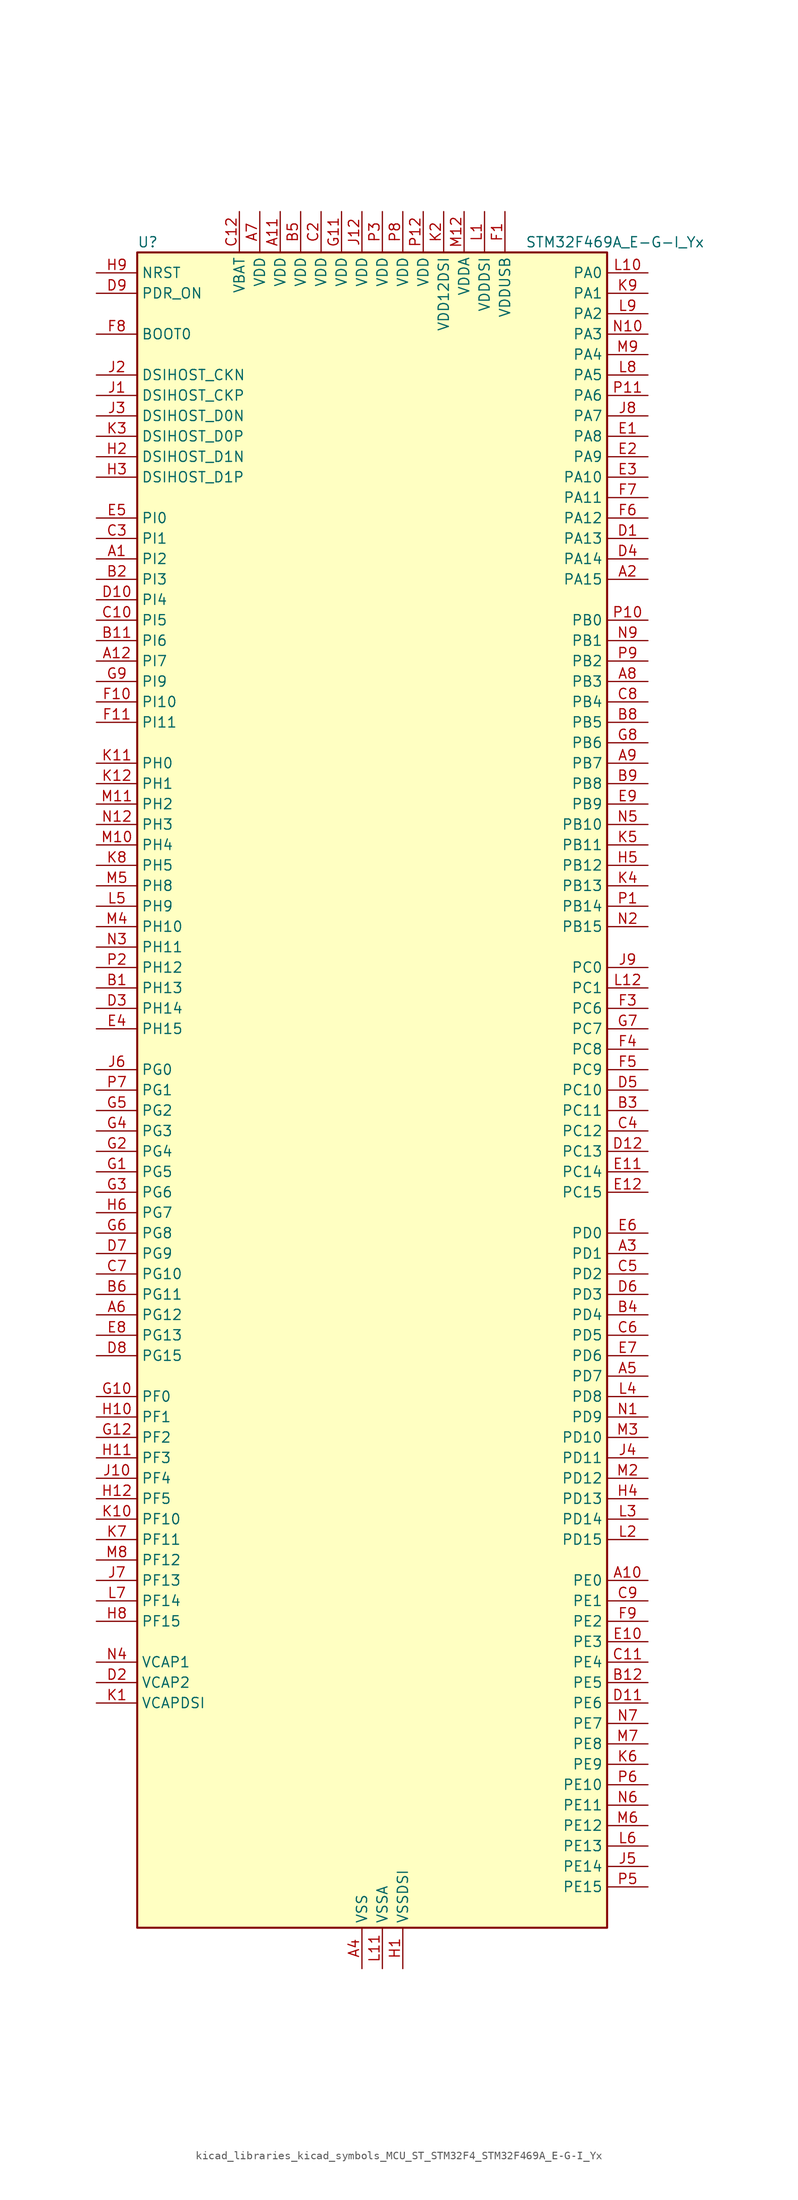
<source format=kicad_sym>
(kicad_symbol_lib
  (version 20220914)
  (generator kicad_symbol_editor)
  (symbol "kicad_libraries_kicad_symbols_MCU_ST_STM32F4_STM32F469A_E-G-I_Yx"
    (property "Reference" "U"
      (at -27.94 105.41 0)
      (effects (font (size 1.27 1.27)) (justify left)))
    (property "Value" "STM32F469A_E-G-I_Yx"
      (at 20.32 105.41 0)
      (effects (font (size 1.27 1.27)) (justify left)))
    (property "ki_locked" ""
      (at 0 0 0)
      (effects (font (size 1.27 1.27))))
    (symbol "kicad_libraries_kicad_symbols_MCU_ST_STM32F4_STM32F469A_E-G-I_Yx_0_1"
      (rectangle (start -27.94 -104.14) (end 30.48 104.14) (stroke (width 0.254) (type default)) (fill (type background))))
    (symbol "kicad_libraries_kicad_symbols_MCU_ST_STM32F4_STM32F469A_E-G-I_Yx_1_1"
      (pin bidirectional line (at -33.02 66.04 0) (length 5.08) (name "PI2" (effects (font (size 1.27 1.27)))) (number "A1" (effects (font (size 1.27 1.27)))) (alternate "DCMI_D9" bidirectional line) (alternate "FMC_D26" bidirectional line) (alternate "I2S2_ext_SD" bidirectional line) (alternate "LTDC_G7" bidirectional line) (alternate "SPI2_MISO" bidirectional line) (alternate "TIM8_CH4" bidirectional line))
      (pin bidirectional line (at 35.56 -60.96 180) (length 5.08) (name "PE0" (effects (font (size 1.27 1.27)))) (number "A10" (effects (font (size 1.27 1.27)))) (alternate "DCMI_D2" bidirectional line) (alternate "FMC_NBL0" bidirectional line) (alternate "TIM4_ETR" bidirectional line) (alternate "UART8_RX" bidirectional line))
      (pin power_in line (at -10.16 109.22 270) (length 5.08) (name "VDD" (effects (font (size 1.27 1.27)))) (number "A11" (effects (font (size 1.27 1.27)))))
      (pin bidirectional line (at -33.02 53.34 0) (length 5.08) (name "PI7" (effects (font (size 1.27 1.27)))) (number "A12" (effects (font (size 1.27 1.27)))) (alternate "DCMI_D7" bidirectional line) (alternate "FMC_D29" bidirectional line) (alternate "LTDC_B7" bidirectional line) (alternate "TIM8_CH3" bidirectional line))
      (pin bidirectional line (at 35.56 63.5 180) (length 5.08) (name "PA15" (effects (font (size 1.27 1.27)))) (number "A2" (effects (font (size 1.27 1.27)))) (alternate "ADC1_EXTI15" bidirectional line) (alternate "ADC2_EXTI15" bidirectional line) (alternate "ADC3_EXTI15" bidirectional line) (alternate "I2S3_WS" bidirectional line) (alternate "SPI1_NSS" bidirectional line) (alternate "SPI3_NSS" bidirectional line) (alternate "SYS_JTDI" bidirectional line) (alternate "TIM2_CH1" bidirectional line) (alternate "TIM2_ETR" bidirectional line))
      (pin bidirectional line (at 35.56 -20.32 180) (length 5.08) (name "PD1" (effects (font (size 1.27 1.27)))) (number "A3" (effects (font (size 1.27 1.27)))) (alternate "CAN1_TX" bidirectional line) (alternate "FMC_D3" bidirectional line) (alternate "FMC_DA3" bidirectional line))
      (pin power_in line (at 0 -109.22 90) (length 5.08) (name "VSS" (effects (font (size 1.27 1.27)))) (number "A4" (effects (font (size 1.27 1.27)))))
      (pin bidirectional line (at 35.56 -35.56 180) (length 5.08) (name "PD7" (effects (font (size 1.27 1.27)))) (number "A5" (effects (font (size 1.27 1.27)))) (alternate "FMC_NE1" bidirectional line) (alternate "USART2_CK" bidirectional line))
      (pin bidirectional line (at -33.02 -27.94 0) (length 5.08) (name "PG12" (effects (font (size 1.27 1.27)))) (number "A6" (effects (font (size 1.27 1.27)))) (alternate "FMC_NE4" bidirectional line) (alternate "LTDC_B1" bidirectional line) (alternate "LTDC_B4" bidirectional line) (alternate "SPI6_MISO" bidirectional line) (alternate "USART6_RTS" bidirectional line))
      (pin power_in line (at -12.7 109.22 270) (length 5.08) (name "VDD" (effects (font (size 1.27 1.27)))) (number "A7" (effects (font (size 1.27 1.27)))))
      (pin bidirectional line (at 35.56 50.8 180) (length 5.08) (name "PB3" (effects (font (size 1.27 1.27)))) (number "A8" (effects (font (size 1.27 1.27)))) (alternate "I2S3_CK" bidirectional line) (alternate "SPI1_SCK" bidirectional line) (alternate "SPI3_SCK" bidirectional line) (alternate "SYS_JTDO-SWO" bidirectional line) (alternate "TIM2_CH2" bidirectional line))
      (pin bidirectional line (at 35.56 40.64 180) (length 5.08) (name "PB7" (effects (font (size 1.27 1.27)))) (number "A9" (effects (font (size 1.27 1.27)))) (alternate "DCMI_VSYNC" bidirectional line) (alternate "FMC_NL" bidirectional line) (alternate "I2C1_SDA" bidirectional line) (alternate "TIM4_CH2" bidirectional line) (alternate "USART1_RX" bidirectional line))
      (pin bidirectional line (at -33.02 12.7 0) (length 5.08) (name "PH13" (effects (font (size 1.27 1.27)))) (number "B1" (effects (font (size 1.27 1.27)))) (alternate "CAN1_TX" bidirectional line) (alternate "FMC_D21" bidirectional line) (alternate "LTDC_G2" bidirectional line) (alternate "TIM8_CH1N" bidirectional line))
      (pin passive line (at 0 -109.22 90) (length 5.08) hide (name "VSS" (effects (font (size 1.27 1.27)))) (number "B10" (effects (font (size 1.27 1.27)))))
      (pin bidirectional line (at -33.02 55.88 0) (length 5.08) (name "PI6" (effects (font (size 1.27 1.27)))) (number "B11" (effects (font (size 1.27 1.27)))) (alternate "DCMI_D6" bidirectional line) (alternate "FMC_D28" bidirectional line) (alternate "LTDC_B6" bidirectional line) (alternate "TIM8_CH2" bidirectional line))
      (pin bidirectional line (at 35.56 -73.66 180) (length 5.08) (name "PE5" (effects (font (size 1.27 1.27)))) (number "B12" (effects (font (size 1.27 1.27)))) (alternate "DCMI_D6" bidirectional line) (alternate "FMC_A21" bidirectional line) (alternate "LTDC_G0" bidirectional line) (alternate "SAI1_SCK_A" bidirectional line) (alternate "SPI4_MISO" bidirectional line) (alternate "SYS_TRACED2" bidirectional line) (alternate "TIM9_CH1" bidirectional line))
      (pin bidirectional line (at -33.02 63.5 0) (length 5.08) (name "PI3" (effects (font (size 1.27 1.27)))) (number "B2" (effects (font (size 1.27 1.27)))) (alternate "DCMI_D10" bidirectional line) (alternate "FMC_D27" bidirectional line) (alternate "I2S2_SD" bidirectional line) (alternate "SPI2_MOSI" bidirectional line) (alternate "TIM8_ETR" bidirectional line))
      (pin bidirectional line (at 35.56 -2.54 180) (length 5.08) (name "PC11" (effects (font (size 1.27 1.27)))) (number "B3" (effects (font (size 1.27 1.27)))) (alternate "ADC1_EXTI11" bidirectional line) (alternate "ADC2_EXTI11" bidirectional line) (alternate "ADC3_EXTI11" bidirectional line) (alternate "DCMI_D4" bidirectional line) (alternate "I2S3_ext_SD" bidirectional line) (alternate "QUADSPI_BK2_NCS" bidirectional line) (alternate "SDIO_D3" bidirectional line) (alternate "SPI3_MISO" bidirectional line) (alternate "UART4_RX" bidirectional line) (alternate "USART3_RX" bidirectional line))
      (pin bidirectional line (at 35.56 -27.94 180) (length 5.08) (name "PD4" (effects (font (size 1.27 1.27)))) (number "B4" (effects (font (size 1.27 1.27)))) (alternate "FMC_NOE" bidirectional line) (alternate "USART2_RTS" bidirectional line))
      (pin power_in line (at -7.62 109.22 270) (length 5.08) (name "VDD" (effects (font (size 1.27 1.27)))) (number "B5" (effects (font (size 1.27 1.27)))))
      (pin bidirectional line (at -33.02 -25.4 0) (length 5.08) (name "PG11" (effects (font (size 1.27 1.27)))) (number "B6" (effects (font (size 1.27 1.27)))) (alternate "ADC1_EXTI11" bidirectional line) (alternate "ADC2_EXTI11" bidirectional line) (alternate "ADC3_EXTI11" bidirectional line) (alternate "DCMI_D3" bidirectional line) (alternate "LTDC_B3" bidirectional line))
      (pin passive line (at 0 -109.22 90) (length 5.08) hide (name "VSS" (effects (font (size 1.27 1.27)))) (number "B7" (effects (font (size 1.27 1.27)))))
      (pin bidirectional line (at 35.56 45.72 180) (length 5.08) (name "PB5" (effects (font (size 1.27 1.27)))) (number "B8" (effects (font (size 1.27 1.27)))) (alternate "CAN2_RX" bidirectional line) (alternate "DCMI_D10" bidirectional line) (alternate "FMC_SDCKE1" bidirectional line) (alternate "I2C1_SMBA" bidirectional line) (alternate "I2S3_SD" bidirectional line) (alternate "LTDC_G7" bidirectional line) (alternate "SPI1_MOSI" bidirectional line) (alternate "SPI3_MOSI" bidirectional line) (alternate "TIM3_CH2" bidirectional line) (alternate "USB_OTG_HS_ULPI_D7" bidirectional line))
      (pin bidirectional line (at 35.56 38.1 180) (length 5.08) (name "PB8" (effects (font (size 1.27 1.27)))) (number "B9" (effects (font (size 1.27 1.27)))) (alternate "CAN1_RX" bidirectional line) (alternate "DCMI_D6" bidirectional line) (alternate "I2C1_SCL" bidirectional line) (alternate "LTDC_B6" bidirectional line) (alternate "SDIO_D4" bidirectional line) (alternate "TIM10_CH1" bidirectional line) (alternate "TIM4_CH3" bidirectional line))
      (pin passive line (at 0 -109.22 90) (length 5.08) hide (name "VSS" (effects (font (size 1.27 1.27)))) (number "C1" (effects (font (size 1.27 1.27)))))
      (pin bidirectional line (at -33.02 58.42 0) (length 5.08) (name "PI5" (effects (font (size 1.27 1.27)))) (number "C10" (effects (font (size 1.27 1.27)))) (alternate "DCMI_VSYNC" bidirectional line) (alternate "FMC_NBL3" bidirectional line) (alternate "LTDC_B5" bidirectional line) (alternate "TIM8_CH1" bidirectional line))
      (pin bidirectional line (at 35.56 -71.12 180) (length 5.08) (name "PE4" (effects (font (size 1.27 1.27)))) (number "C11" (effects (font (size 1.27 1.27)))) (alternate "DCMI_D4" bidirectional line) (alternate "FMC_A20" bidirectional line) (alternate "LTDC_B0" bidirectional line) (alternate "SAI1_FS_A" bidirectional line) (alternate "SPI4_NSS" bidirectional line) (alternate "SYS_TRACED1" bidirectional line))
      (pin power_in line (at -15.24 109.22 270) (length 5.08) (name "VBAT" (effects (font (size 1.27 1.27)))) (number "C12" (effects (font (size 1.27 1.27)))))
      (pin power_in line (at -5.08 109.22 270) (length 5.08) (name "VDD" (effects (font (size 1.27 1.27)))) (number "C2" (effects (font (size 1.27 1.27)))))
      (pin bidirectional line (at -33.02 68.58 0) (length 5.08) (name "PI1" (effects (font (size 1.27 1.27)))) (number "C3" (effects (font (size 1.27 1.27)))) (alternate "DCMI_D8" bidirectional line) (alternate "FMC_D25" bidirectional line) (alternate "I2S2_CK" bidirectional line) (alternate "LTDC_G6" bidirectional line) (alternate "SPI2_SCK" bidirectional line))
      (pin bidirectional line (at 35.56 -5.08 180) (length 5.08) (name "PC12" (effects (font (size 1.27 1.27)))) (number "C4" (effects (font (size 1.27 1.27)))) (alternate "DCMI_D9" bidirectional line) (alternate "I2S3_SD" bidirectional line) (alternate "SDIO_CK" bidirectional line) (alternate "SPI3_MOSI" bidirectional line) (alternate "SYS_TRACED3" bidirectional line) (alternate "UART5_TX" bidirectional line) (alternate "USART3_CK" bidirectional line))
      (pin bidirectional line (at 35.56 -22.86 180) (length 5.08) (name "PD2" (effects (font (size 1.27 1.27)))) (number "C5" (effects (font (size 1.27 1.27)))) (alternate "DCMI_D11" bidirectional line) (alternate "SDIO_CMD" bidirectional line) (alternate "SYS_TRACED2" bidirectional line) (alternate "TIM3_ETR" bidirectional line) (alternate "UART5_RX" bidirectional line))
      (pin bidirectional line (at 35.56 -30.48 180) (length 5.08) (name "PD5" (effects (font (size 1.27 1.27)))) (number "C6" (effects (font (size 1.27 1.27)))) (alternate "FMC_NWE" bidirectional line) (alternate "USART2_TX" bidirectional line))
      (pin bidirectional line (at -33.02 -22.86 0) (length 5.08) (name "PG10" (effects (font (size 1.27 1.27)))) (number "C7" (effects (font (size 1.27 1.27)))) (alternate "DCMI_D2" bidirectional line) (alternate "FMC_NE3" bidirectional line) (alternate "LTDC_B2" bidirectional line) (alternate "LTDC_G3" bidirectional line))
      (pin bidirectional line (at 35.56 48.26 180) (length 5.08) (name "PB4" (effects (font (size 1.27 1.27)))) (number "C8" (effects (font (size 1.27 1.27)))) (alternate "I2S3_ext_SD" bidirectional line) (alternate "SPI1_MISO" bidirectional line) (alternate "SPI3_MISO" bidirectional line) (alternate "SYS_JTRST" bidirectional line) (alternate "TIM3_CH1" bidirectional line))
      (pin bidirectional line (at 35.56 -63.5 180) (length 5.08) (name "PE1" (effects (font (size 1.27 1.27)))) (number "C9" (effects (font (size 1.27 1.27)))) (alternate "DCMI_D3" bidirectional line) (alternate "FMC_NBL1" bidirectional line) (alternate "UART8_TX" bidirectional line))
      (pin bidirectional line (at 35.56 68.58 180) (length 5.08) (name "PA13" (effects (font (size 1.27 1.27)))) (number "D1" (effects (font (size 1.27 1.27)))) (alternate "SYS_JTMS-SWDIO" bidirectional line))
      (pin bidirectional line (at -33.02 60.96 0) (length 5.08) (name "PI4" (effects (font (size 1.27 1.27)))) (number "D10" (effects (font (size 1.27 1.27)))) (alternate "DCMI_D5" bidirectional line) (alternate "FMC_NBL2" bidirectional line) (alternate "LTDC_B4" bidirectional line) (alternate "TIM8_BKIN" bidirectional line))
      (pin bidirectional line (at 35.56 -76.2 180) (length 5.08) (name "PE6" (effects (font (size 1.27 1.27)))) (number "D11" (effects (font (size 1.27 1.27)))) (alternate "DCMI_D7" bidirectional line) (alternate "FMC_A22" bidirectional line) (alternate "LTDC_G1" bidirectional line) (alternate "SAI1_SD_A" bidirectional line) (alternate "SPI4_MOSI" bidirectional line) (alternate "SYS_TRACED3" bidirectional line) (alternate "TIM9_CH2" bidirectional line))
      (pin bidirectional line (at 35.56 -7.62 180) (length 5.08) (name "PC13" (effects (font (size 1.27 1.27)))) (number "D12" (effects (font (size 1.27 1.27)))) (alternate "RTC_AF1" bidirectional line))
      (pin power_out line (at -33.02 -73.66 0) (length 5.08) (name "VCAP2" (effects (font (size 1.27 1.27)))) (number "D2" (effects (font (size 1.27 1.27)))))
      (pin bidirectional line (at -33.02 10.16 0) (length 5.08) (name "PH14" (effects (font (size 1.27 1.27)))) (number "D3" (effects (font (size 1.27 1.27)))) (alternate "DCMI_D4" bidirectional line) (alternate "FMC_D22" bidirectional line) (alternate "LTDC_G3" bidirectional line) (alternate "TIM8_CH2N" bidirectional line))
      (pin bidirectional line (at 35.56 66.04 180) (length 5.08) (name "PA14" (effects (font (size 1.27 1.27)))) (number "D4" (effects (font (size 1.27 1.27)))) (alternate "SYS_JTCK-SWCLK" bidirectional line))
      (pin bidirectional line (at 35.56 0 180) (length 5.08) (name "PC10" (effects (font (size 1.27 1.27)))) (number "D5" (effects (font (size 1.27 1.27)))) (alternate "DCMI_D8" bidirectional line) (alternate "I2S3_CK" bidirectional line) (alternate "LTDC_R2" bidirectional line) (alternate "QUADSPI_BK1_IO1" bidirectional line) (alternate "SDIO_D2" bidirectional line) (alternate "SPI3_SCK" bidirectional line) (alternate "UART4_TX" bidirectional line) (alternate "USART3_TX" bidirectional line))
      (pin bidirectional line (at 35.56 -25.4 180) (length 5.08) (name "PD3" (effects (font (size 1.27 1.27)))) (number "D6" (effects (font (size 1.27 1.27)))) (alternate "DCMI_D5" bidirectional line) (alternate "FMC_CLK" bidirectional line) (alternate "I2S2_CK" bidirectional line) (alternate "LTDC_G7" bidirectional line) (alternate "SPI2_SCK" bidirectional line) (alternate "USART2_CTS" bidirectional line))
      (pin bidirectional line (at -33.02 -20.32 0) (length 5.08) (name "PG9" (effects (font (size 1.27 1.27)))) (number "D7" (effects (font (size 1.27 1.27)))) (alternate "DAC_EXTI9" bidirectional line) (alternate "DCMI_VSYNC" bidirectional line) (alternate "FMC_NCE" bidirectional line) (alternate "FMC_NE2" bidirectional line) (alternate "QUADSPI_BK2_IO2" bidirectional line) (alternate "USART6_RX" bidirectional line))
      (pin bidirectional line (at -33.02 -33.02 0) (length 5.08) (name "PG15" (effects (font (size 1.27 1.27)))) (number "D8" (effects (font (size 1.27 1.27)))) (alternate "ADC1_EXTI15" bidirectional line) (alternate "ADC2_EXTI15" bidirectional line) (alternate "ADC3_EXTI15" bidirectional line) (alternate "DCMI_D13" bidirectional line) (alternate "FMC_SDNCAS" bidirectional line) (alternate "USART6_CTS" bidirectional line))
      (pin input line (at -33.02 99.06 0) (length 5.08) (name "PDR_ON" (effects (font (size 1.27 1.27)))) (number "D9" (effects (font (size 1.27 1.27)))))
      (pin bidirectional line (at 35.56 81.28 180) (length 5.08) (name "PA8" (effects (font (size 1.27 1.27)))) (number "E1" (effects (font (size 1.27 1.27)))) (alternate "I2C3_SCL" bidirectional line) (alternate "LTDC_R6" bidirectional line) (alternate "RCC_MCO_1" bidirectional line) (alternate "TIM1_CH1" bidirectional line) (alternate "USART1_CK" bidirectional line) (alternate "USB_OTG_FS_SOF" bidirectional line))
      (pin bidirectional line (at 35.56 -68.58 180) (length 5.08) (name "PE3" (effects (font (size 1.27 1.27)))) (number "E10" (effects (font (size 1.27 1.27)))) (alternate "FMC_A19" bidirectional line) (alternate "SAI1_SD_B" bidirectional line) (alternate "SYS_TRACED0" bidirectional line))
      (pin bidirectional line (at 35.56 -10.16 180) (length 5.08) (name "PC14" (effects (font (size 1.27 1.27)))) (number "E11" (effects (font (size 1.27 1.27)))) (alternate "RCC_OSC32_IN" bidirectional line))
      (pin bidirectional line (at 35.56 -12.7 180) (length 5.08) (name "PC15" (effects (font (size 1.27 1.27)))) (number "E12" (effects (font (size 1.27 1.27)))) (alternate "ADC1_EXTI15" bidirectional line) (alternate "ADC2_EXTI15" bidirectional line) (alternate "ADC3_EXTI15" bidirectional line) (alternate "RCC_OSC32_OUT" bidirectional line))
      (pin bidirectional line (at 35.56 78.74 180) (length 5.08) (name "PA9" (effects (font (size 1.27 1.27)))) (number "E2" (effects (font (size 1.27 1.27)))) (alternate "DAC_EXTI9" bidirectional line) (alternate "DCMI_D0" bidirectional line) (alternate "I2C3_SMBA" bidirectional line) (alternate "I2S2_CK" bidirectional line) (alternate "SPI2_SCK" bidirectional line) (alternate "TIM1_CH2" bidirectional line) (alternate "USART1_TX" bidirectional line) (alternate "USB_OTG_FS_VBUS" bidirectional line))
      (pin bidirectional line (at 35.56 76.2 180) (length 5.08) (name "PA10" (effects (font (size 1.27 1.27)))) (number "E3" (effects (font (size 1.27 1.27)))) (alternate "DCMI_D1" bidirectional line) (alternate "TIM1_CH3" bidirectional line) (alternate "USART1_RX" bidirectional line) (alternate "USB_OTG_FS_ID" bidirectional line))
      (pin bidirectional line (at -33.02 7.62 0) (length 5.08) (name "PH15" (effects (font (size 1.27 1.27)))) (number "E4" (effects (font (size 1.27 1.27)))) (alternate "ADC1_EXTI15" bidirectional line) (alternate "ADC2_EXTI15" bidirectional line) (alternate "ADC3_EXTI15" bidirectional line) (alternate "DCMI_D11" bidirectional line) (alternate "FMC_D23" bidirectional line) (alternate "LTDC_G4" bidirectional line) (alternate "TIM8_CH3N" bidirectional line))
      (pin bidirectional line (at -33.02 71.12 0) (length 5.08) (name "PI0" (effects (font (size 1.27 1.27)))) (number "E5" (effects (font (size 1.27 1.27)))) (alternate "DCMI_D13" bidirectional line) (alternate "FMC_D24" bidirectional line) (alternate "I2S2_WS" bidirectional line) (alternate "LTDC_G5" bidirectional line) (alternate "SPI2_NSS" bidirectional line) (alternate "TIM5_CH4" bidirectional line))
      (pin bidirectional line (at 35.56 -17.78 180) (length 5.08) (name "PD0" (effects (font (size 1.27 1.27)))) (number "E6" (effects (font (size 1.27 1.27)))) (alternate "CAN1_RX" bidirectional line) (alternate "FMC_D2" bidirectional line) (alternate "FMC_DA2" bidirectional line))
      (pin bidirectional line (at 35.56 -33.02 180) (length 5.08) (name "PD6" (effects (font (size 1.27 1.27)))) (number "E7" (effects (font (size 1.27 1.27)))) (alternate "DCMI_D10" bidirectional line) (alternate "FMC_NWAIT" bidirectional line) (alternate "I2S3_SD" bidirectional line) (alternate "LTDC_B2" bidirectional line) (alternate "SAI1_SD_A" bidirectional line) (alternate "SPI3_MOSI" bidirectional line) (alternate "USART2_RX" bidirectional line))
      (pin bidirectional line (at -33.02 -30.48 0) (length 5.08) (name "PG13" (effects (font (size 1.27 1.27)))) (number "E8" (effects (font (size 1.27 1.27)))) (alternate "FMC_A24" bidirectional line) (alternate "LTDC_R0" bidirectional line) (alternate "SPI6_SCK" bidirectional line) (alternate "SYS_TRACED0" bidirectional line) (alternate "USART6_CTS" bidirectional line))
      (pin bidirectional line (at 35.56 35.56 180) (length 5.08) (name "PB9" (effects (font (size 1.27 1.27)))) (number "E9" (effects (font (size 1.27 1.27)))) (alternate "CAN1_TX" bidirectional line) (alternate "DAC_EXTI9" bidirectional line) (alternate "DCMI_D7" bidirectional line) (alternate "I2C1_SDA" bidirectional line) (alternate "I2S2_WS" bidirectional line) (alternate "LTDC_B7" bidirectional line) (alternate "SDIO_D5" bidirectional line) (alternate "SPI2_NSS" bidirectional line) (alternate "TIM11_CH1" bidirectional line) (alternate "TIM4_CH4" bidirectional line))
      (pin power_in line (at 17.78 109.22 270) (length 5.08) (name "VDDUSB" (effects (font (size 1.27 1.27)))) (number "F1" (effects (font (size 1.27 1.27)))))
      (pin bidirectional line (at -33.02 48.26 0) (length 5.08) (name "PI10" (effects (font (size 1.27 1.27)))) (number "F10" (effects (font (size 1.27 1.27)))) (alternate "FMC_D31" bidirectional line) (alternate "LTDC_HSYNC" bidirectional line))
      (pin bidirectional line (at -33.02 45.72 0) (length 5.08) (name "PI11" (effects (font (size 1.27 1.27)))) (number "F11" (effects (font (size 1.27 1.27)))) (alternate "ADC1_EXTI11" bidirectional line) (alternate "ADC2_EXTI11" bidirectional line) (alternate "ADC3_EXTI11" bidirectional line) (alternate "LTDC_G6" bidirectional line) (alternate "USB_OTG_HS_ULPI_DIR" bidirectional line))
      (pin passive line (at 0 -109.22 90) (length 5.08) hide (name "VSS" (effects (font (size 1.27 1.27)))) (number "F12" (effects (font (size 1.27 1.27)))))
      (pin passive line (at 0 -109.22 90) (length 5.08) hide (name "VSS" (effects (font (size 1.27 1.27)))) (number "F2" (effects (font (size 1.27 1.27)))))
      (pin bidirectional line (at 35.56 10.16 180) (length 5.08) (name "PC6" (effects (font (size 1.27 1.27)))) (number "F3" (effects (font (size 1.27 1.27)))) (alternate "DCMI_D0" bidirectional line) (alternate "I2S2_MCK" bidirectional line) (alternate "LTDC_HSYNC" bidirectional line) (alternate "SDIO_D6" bidirectional line) (alternate "TIM3_CH1" bidirectional line) (alternate "TIM8_CH1" bidirectional line) (alternate "USART6_TX" bidirectional line))
      (pin bidirectional line (at 35.56 5.08 180) (length 5.08) (name "PC8" (effects (font (size 1.27 1.27)))) (number "F4" (effects (font (size 1.27 1.27)))) (alternate "DCMI_D2" bidirectional line) (alternate "SDIO_D0" bidirectional line) (alternate "SYS_TRACED1" bidirectional line) (alternate "TIM3_CH3" bidirectional line) (alternate "TIM8_CH3" bidirectional line) (alternate "USART6_CK" bidirectional line))
      (pin bidirectional line (at 35.56 2.54 180) (length 5.08) (name "PC9" (effects (font (size 1.27 1.27)))) (number "F5" (effects (font (size 1.27 1.27)))) (alternate "DAC_EXTI9" bidirectional line) (alternate "DCMI_D3" bidirectional line) (alternate "I2C3_SDA" bidirectional line) (alternate "I2S_CKIN" bidirectional line) (alternate "QUADSPI_BK1_IO0" bidirectional line) (alternate "RCC_MCO_2" bidirectional line) (alternate "SDIO_D1" bidirectional line) (alternate "TIM3_CH4" bidirectional line) (alternate "TIM8_CH4" bidirectional line))
      (pin bidirectional line (at 35.56 71.12 180) (length 5.08) (name "PA12" (effects (font (size 1.27 1.27)))) (number "F6" (effects (font (size 1.27 1.27)))) (alternate "CAN1_TX" bidirectional line) (alternate "LTDC_R5" bidirectional line) (alternate "TIM1_ETR" bidirectional line) (alternate "USART1_RTS" bidirectional line) (alternate "USB_OTG_FS_DP" bidirectional line))
      (pin bidirectional line (at 35.56 73.66 180) (length 5.08) (name "PA11" (effects (font (size 1.27 1.27)))) (number "F7" (effects (font (size 1.27 1.27)))) (alternate "ADC1_EXTI11" bidirectional line) (alternate "ADC2_EXTI11" bidirectional line) (alternate "ADC3_EXTI11" bidirectional line) (alternate "CAN1_RX" bidirectional line) (alternate "LTDC_R4" bidirectional line) (alternate "TIM1_CH4" bidirectional line) (alternate "USART1_CTS" bidirectional line) (alternate "USB_OTG_FS_DM" bidirectional line))
      (pin input line (at -33.02 93.98 0) (length 5.08) (name "BOOT0" (effects (font (size 1.27 1.27)))) (number "F8" (effects (font (size 1.27 1.27)))))
      (pin bidirectional line (at 35.56 -66.04 180) (length 5.08) (name "PE2" (effects (font (size 1.27 1.27)))) (number "F9" (effects (font (size 1.27 1.27)))) (alternate "FMC_A23" bidirectional line) (alternate "QUADSPI_BK1_IO2" bidirectional line) (alternate "SAI1_MCLK_A" bidirectional line) (alternate "SPI4_SCK" bidirectional line) (alternate "SYS_TRACECLK" bidirectional line))
      (pin bidirectional line (at -33.02 -10.16 0) (length 5.08) (name "PG5" (effects (font (size 1.27 1.27)))) (number "G1" (effects (font (size 1.27 1.27)))) (alternate "FMC_A15" bidirectional line) (alternate "FMC_BA1" bidirectional line))
      (pin bidirectional line (at -33.02 -38.1 0) (length 5.08) (name "PF0" (effects (font (size 1.27 1.27)))) (number "G10" (effects (font (size 1.27 1.27)))) (alternate "FMC_A0" bidirectional line) (alternate "I2C2_SDA" bidirectional line))
      (pin power_in line (at -2.54 109.22 270) (length 5.08) (name "VDD" (effects (font (size 1.27 1.27)))) (number "G11" (effects (font (size 1.27 1.27)))))
      (pin bidirectional line (at -33.02 -43.18 0) (length 5.08) (name "PF2" (effects (font (size 1.27 1.27)))) (number "G12" (effects (font (size 1.27 1.27)))) (alternate "FMC_A2" bidirectional line) (alternate "I2C2_SMBA" bidirectional line))
      (pin bidirectional line (at -33.02 -7.62 0) (length 5.08) (name "PG4" (effects (font (size 1.27 1.27)))) (number "G2" (effects (font (size 1.27 1.27)))) (alternate "FMC_A14" bidirectional line) (alternate "FMC_BA0" bidirectional line))
      (pin bidirectional line (at -33.02 -12.7 0) (length 5.08) (name "PG6" (effects (font (size 1.27 1.27)))) (number "G3" (effects (font (size 1.27 1.27)))) (alternate "DCMI_D12" bidirectional line) (alternate "LTDC_R7" bidirectional line))
      (pin bidirectional line (at -33.02 -5.08 0) (length 5.08) (name "PG3" (effects (font (size 1.27 1.27)))) (number "G4" (effects (font (size 1.27 1.27)))) (alternate "FMC_A13" bidirectional line))
      (pin bidirectional line (at -33.02 -2.54 0) (length 5.08) (name "PG2" (effects (font (size 1.27 1.27)))) (number "G5" (effects (font (size 1.27 1.27)))) (alternate "FMC_A12" bidirectional line))
      (pin bidirectional line (at -33.02 -17.78 0) (length 5.08) (name "PG8" (effects (font (size 1.27 1.27)))) (number "G6" (effects (font (size 1.27 1.27)))) (alternate "FMC_SDCLK" bidirectional line) (alternate "LTDC_G7" bidirectional line) (alternate "SPI6_NSS" bidirectional line) (alternate "USART6_RTS" bidirectional line))
      (pin bidirectional line (at 35.56 7.62 180) (length 5.08) (name "PC7" (effects (font (size 1.27 1.27)))) (number "G7" (effects (font (size 1.27 1.27)))) (alternate "DCMI_D1" bidirectional line) (alternate "I2S3_MCK" bidirectional line) (alternate "LTDC_G6" bidirectional line) (alternate "SDIO_D7" bidirectional line) (alternate "TIM3_CH2" bidirectional line) (alternate "TIM8_CH2" bidirectional line) (alternate "USART6_RX" bidirectional line))
      (pin bidirectional line (at 35.56 43.18 180) (length 5.08) (name "PB6" (effects (font (size 1.27 1.27)))) (number "G8" (effects (font (size 1.27 1.27)))) (alternate "CAN2_TX" bidirectional line) (alternate "DCMI_D5" bidirectional line) (alternate "FMC_SDNE1" bidirectional line) (alternate "I2C1_SCL" bidirectional line) (alternate "QUADSPI_BK1_NCS" bidirectional line) (alternate "TIM4_CH1" bidirectional line) (alternate "USART1_TX" bidirectional line))
      (pin bidirectional line (at -33.02 50.8 0) (length 5.08) (name "PI9" (effects (font (size 1.27 1.27)))) (number "G9" (effects (font (size 1.27 1.27)))) (alternate "CAN1_RX" bidirectional line) (alternate "DAC_EXTI9" bidirectional line) (alternate "FMC_D30" bidirectional line) (alternate "LTDC_VSYNC" bidirectional line))
      (pin power_in line (at 5.08 -109.22 90) (length 5.08) (name "VSSDSI" (effects (font (size 1.27 1.27)))) (number "H1" (effects (font (size 1.27 1.27)))))
      (pin bidirectional line (at -33.02 -40.64 0) (length 5.08) (name "PF1" (effects (font (size 1.27 1.27)))) (number "H10" (effects (font (size 1.27 1.27)))) (alternate "FMC_A1" bidirectional line) (alternate "I2C2_SCL" bidirectional line))
      (pin bidirectional line (at -33.02 -45.72 0) (length 5.08) (name "PF3" (effects (font (size 1.27 1.27)))) (number "H11" (effects (font (size 1.27 1.27)))) (alternate "ADC3_IN9" bidirectional line) (alternate "FMC_A3" bidirectional line))
      (pin bidirectional line (at -33.02 -50.8 0) (length 5.08) (name "PF5" (effects (font (size 1.27 1.27)))) (number "H12" (effects (font (size 1.27 1.27)))) (alternate "ADC3_IN15" bidirectional line) (alternate "FMC_A5" bidirectional line))
      (pin bidirectional line (at -33.02 78.74 0) (length 5.08) (name "DSIHOST_D1N" (effects (font (size 1.27 1.27)))) (number "H2" (effects (font (size 1.27 1.27)))) (alternate "DSIHOST_D1N" bidirectional line))
      (pin bidirectional line (at -33.02 76.2 0) (length 5.08) (name "DSIHOST_D1P" (effects (font (size 1.27 1.27)))) (number "H3" (effects (font (size 1.27 1.27)))) (alternate "DSIHOST_D1P" bidirectional line))
      (pin bidirectional line (at 35.56 -50.8 180) (length 5.08) (name "PD13" (effects (font (size 1.27 1.27)))) (number "H4" (effects (font (size 1.27 1.27)))) (alternate "FMC_A18" bidirectional line) (alternate "QUADSPI_BK1_IO3" bidirectional line) (alternate "TIM4_CH2" bidirectional line))
      (pin bidirectional line (at 35.56 27.94 180) (length 5.08) (name "PB12" (effects (font (size 1.27 1.27)))) (number "H5" (effects (font (size 1.27 1.27)))) (alternate "CAN2_RX" bidirectional line) (alternate "I2C2_SMBA" bidirectional line) (alternate "I2S2_WS" bidirectional line) (alternate "SPI2_NSS" bidirectional line) (alternate "TIM1_BKIN" bidirectional line) (alternate "USART3_CK" bidirectional line) (alternate "USB_OTG_HS_ID" bidirectional line) (alternate "USB_OTG_HS_ULPI_D5" bidirectional line))
      (pin bidirectional line (at -33.02 -15.24 0) (length 5.08) (name "PG7" (effects (font (size 1.27 1.27)))) (number "H6" (effects (font (size 1.27 1.27)))) (alternate "DCMI_D13" bidirectional line) (alternate "FMC_INT" bidirectional line) (alternate "LTDC_CLK" bidirectional line) (alternate "SAI1_MCLK_A" bidirectional line) (alternate "USART6_CK" bidirectional line))
      (pin passive line (at 0 -109.22 90) (length 5.08) hide (name "VSS" (effects (font (size 1.27 1.27)))) (number "H7" (effects (font (size 1.27 1.27)))))
      (pin bidirectional line (at -33.02 -66.04 0) (length 5.08) (name "PF15" (effects (font (size 1.27 1.27)))) (number "H8" (effects (font (size 1.27 1.27)))) (alternate "ADC1_EXTI15" bidirectional line) (alternate "ADC2_EXTI15" bidirectional line) (alternate "ADC3_EXTI15" bidirectional line) (alternate "FMC_A9" bidirectional line))
      (pin input line (at -33.02 101.6 0) (length 5.08) (name "NRST" (effects (font (size 1.27 1.27)))) (number "H9" (effects (font (size 1.27 1.27)))))
      (pin bidirectional line (at -33.02 86.36 0) (length 5.08) (name "DSIHOST_CKP" (effects (font (size 1.27 1.27)))) (number "J1" (effects (font (size 1.27 1.27)))) (alternate "DSIHOST_CKP" bidirectional line))
      (pin bidirectional line (at -33.02 -48.26 0) (length 5.08) (name "PF4" (effects (font (size 1.27 1.27)))) (number "J10" (effects (font (size 1.27 1.27)))) (alternate "ADC3_IN14" bidirectional line) (alternate "FMC_A4" bidirectional line))
      (pin passive line (at 0 -109.22 90) (length 5.08) hide (name "VSS" (effects (font (size 1.27 1.27)))) (number "J11" (effects (font (size 1.27 1.27)))))
      (pin power_in line (at 0 109.22 270) (length 5.08) (name "VDD" (effects (font (size 1.27 1.27)))) (number "J12" (effects (font (size 1.27 1.27)))))
      (pin bidirectional line (at -33.02 88.9 0) (length 5.08) (name "DSIHOST_CKN" (effects (font (size 1.27 1.27)))) (number "J2" (effects (font (size 1.27 1.27)))) (alternate "DSIHOST_CKN" bidirectional line))
      (pin bidirectional line (at -33.02 83.82 0) (length 5.08) (name "DSIHOST_D0N" (effects (font (size 1.27 1.27)))) (number "J3" (effects (font (size 1.27 1.27)))) (alternate "DSIHOST_D0N" bidirectional line))
      (pin bidirectional line (at 35.56 -45.72 180) (length 5.08) (name "PD11" (effects (font (size 1.27 1.27)))) (number "J4" (effects (font (size 1.27 1.27)))) (alternate "ADC1_EXTI11" bidirectional line) (alternate "ADC2_EXTI11" bidirectional line) (alternate "ADC3_EXTI11" bidirectional line) (alternate "FMC_A16" bidirectional line) (alternate "FMC_CLE" bidirectional line) (alternate "QUADSPI_BK1_IO0" bidirectional line) (alternate "USART3_CTS" bidirectional line))
      (pin bidirectional line (at 35.56 -96.52 180) (length 5.08) (name "PE14" (effects (font (size 1.27 1.27)))) (number "J5" (effects (font (size 1.27 1.27)))) (alternate "FMC_D11" bidirectional line) (alternate "FMC_DA11" bidirectional line) (alternate "LTDC_CLK" bidirectional line) (alternate "SPI4_MOSI" bidirectional line) (alternate "TIM1_CH4" bidirectional line))
      (pin bidirectional line (at -33.02 2.54 0) (length 5.08) (name "PG0" (effects (font (size 1.27 1.27)))) (number "J6" (effects (font (size 1.27 1.27)))) (alternate "FMC_A10" bidirectional line))
      (pin bidirectional line (at -33.02 -60.96 0) (length 5.08) (name "PF13" (effects (font (size 1.27 1.27)))) (number "J7" (effects (font (size 1.27 1.27)))) (alternate "FMC_A7" bidirectional line))
      (pin bidirectional line (at 35.56 83.82 180) (length 5.08) (name "PA7" (effects (font (size 1.27 1.27)))) (number "J8" (effects (font (size 1.27 1.27)))) (alternate "ADC1_IN7" bidirectional line) (alternate "ADC2_IN7" bidirectional line) (alternate "FMC_SDNWE" bidirectional line) (alternate "QUADSPI_CLK" bidirectional line) (alternate "SPI1_MOSI" bidirectional line) (alternate "TIM14_CH1" bidirectional line) (alternate "TIM1_CH1N" bidirectional line) (alternate "TIM3_CH2" bidirectional line) (alternate "TIM8_CH1N" bidirectional line))
      (pin bidirectional line (at 35.56 15.24 180) (length 5.08) (name "PC0" (effects (font (size 1.27 1.27)))) (number "J9" (effects (font (size 1.27 1.27)))) (alternate "ADC1_IN10" bidirectional line) (alternate "ADC2_IN10" bidirectional line) (alternate "ADC3_IN10" bidirectional line) (alternate "FMC_SDNWE" bidirectional line) (alternate "LTDC_R5" bidirectional line) (alternate "USB_OTG_HS_ULPI_STP" bidirectional line))
      (pin power_out line (at -33.02 -76.2 0) (length 5.08) (name "VCAPDSI" (effects (font (size 1.27 1.27)))) (number "K1" (effects (font (size 1.27 1.27)))))
      (pin bidirectional line (at -33.02 -53.34 0) (length 5.08) (name "PF10" (effects (font (size 1.27 1.27)))) (number "K10" (effects (font (size 1.27 1.27)))) (alternate "ADC3_IN8" bidirectional line) (alternate "DCMI_D11" bidirectional line) (alternate "LTDC_DE" bidirectional line) (alternate "QUADSPI_CLK" bidirectional line))
      (pin bidirectional line (at -33.02 40.64 0) (length 5.08) (name "PH0" (effects (font (size 1.27 1.27)))) (number "K11" (effects (font (size 1.27 1.27)))) (alternate "RCC_OSC_IN" bidirectional line))
      (pin bidirectional line (at -33.02 38.1 0) (length 5.08) (name "PH1" (effects (font (size 1.27 1.27)))) (number "K12" (effects (font (size 1.27 1.27)))) (alternate "RCC_OSC_OUT" bidirectional line))
      (pin power_in line (at 10.16 109.22 270) (length 5.08) (name "VDD12DSI" (effects (font (size 1.27 1.27)))) (number "K2" (effects (font (size 1.27 1.27)))))
      (pin bidirectional line (at -33.02 81.28 0) (length 5.08) (name "DSIHOST_D0P" (effects (font (size 1.27 1.27)))) (number "K3" (effects (font (size 1.27 1.27)))) (alternate "DSIHOST_D0P" bidirectional line))
      (pin bidirectional line (at 35.56 25.4 180) (length 5.08) (name "PB13" (effects (font (size 1.27 1.27)))) (number "K4" (effects (font (size 1.27 1.27)))) (alternate "CAN2_TX" bidirectional line) (alternate "I2S2_CK" bidirectional line) (alternate "SPI2_SCK" bidirectional line) (alternate "TIM1_CH1N" bidirectional line) (alternate "USART3_CTS" bidirectional line) (alternate "USB_OTG_HS_ULPI_D6" bidirectional line) (alternate "USB_OTG_HS_VBUS" bidirectional line))
      (pin bidirectional line (at 35.56 30.48 180) (length 5.08) (name "PB11" (effects (font (size 1.27 1.27)))) (number "K5" (effects (font (size 1.27 1.27)))) (alternate "ADC1_EXTI11" bidirectional line) (alternate "ADC2_EXTI11" bidirectional line) (alternate "ADC3_EXTI11" bidirectional line) (alternate "DSIHOST_TE" bidirectional line) (alternate "I2C2_SDA" bidirectional line) (alternate "LTDC_G5" bidirectional line) (alternate "TIM2_CH4" bidirectional line) (alternate "USART3_RX" bidirectional line) (alternate "USB_OTG_HS_ULPI_D4" bidirectional line))
      (pin bidirectional line (at 35.56 -83.82 180) (length 5.08) (name "PE9" (effects (font (size 1.27 1.27)))) (number "K6" (effects (font (size 1.27 1.27)))) (alternate "DAC_EXTI9" bidirectional line) (alternate "FMC_D6" bidirectional line) (alternate "FMC_DA6" bidirectional line) (alternate "QUADSPI_BK2_IO2" bidirectional line) (alternate "TIM1_CH1" bidirectional line))
      (pin bidirectional line (at -33.02 -55.88 0) (length 5.08) (name "PF11" (effects (font (size 1.27 1.27)))) (number "K7" (effects (font (size 1.27 1.27)))) (alternate "ADC1_EXTI11" bidirectional line) (alternate "ADC2_EXTI11" bidirectional line) (alternate "ADC3_EXTI11" bidirectional line) (alternate "DCMI_D12" bidirectional line) (alternate "FMC_SDNRAS" bidirectional line))
      (pin bidirectional line (at -33.02 27.94 0) (length 5.08) (name "PH5" (effects (font (size 1.27 1.27)))) (number "K8" (effects (font (size 1.27 1.27)))) (alternate "FMC_SDNWE" bidirectional line) (alternate "I2C2_SDA" bidirectional line))
      (pin bidirectional line (at 35.56 99.06 180) (length 5.08) (name "PA1" (effects (font (size 1.27 1.27)))) (number "K9" (effects (font (size 1.27 1.27)))) (alternate "ADC1_IN1" bidirectional line) (alternate "ADC2_IN1" bidirectional line) (alternate "ADC3_IN1" bidirectional line) (alternate "LTDC_R2" bidirectional line) (alternate "QUADSPI_BK1_IO3" bidirectional line) (alternate "TIM2_CH2" bidirectional line) (alternate "TIM5_CH2" bidirectional line) (alternate "UART4_RX" bidirectional line) (alternate "USART2_RTS" bidirectional line))
      (pin power_in line (at 15.24 109.22 270) (length 5.08) (name "VDDDSI" (effects (font (size 1.27 1.27)))) (number "L1" (effects (font (size 1.27 1.27)))))
      (pin bidirectional line (at 35.56 101.6 180) (length 5.08) (name "PA0" (effects (font (size 1.27 1.27)))) (number "L10" (effects (font (size 1.27 1.27)))) (alternate "ADC1_IN0" bidirectional line) (alternate "ADC2_IN0" bidirectional line) (alternate "ADC3_IN0" bidirectional line) (alternate "SYS_WKUP" bidirectional line) (alternate "TIM2_CH1" bidirectional line) (alternate "TIM2_ETR" bidirectional line) (alternate "TIM5_CH1" bidirectional line) (alternate "TIM8_ETR" bidirectional line) (alternate "UART4_TX" bidirectional line) (alternate "USART2_CTS" bidirectional line))
      (pin power_in line (at 2.54 -109.22 90) (length 5.08) (name "VSSA" (effects (font (size 1.27 1.27)))) (number "L11" (effects (font (size 1.27 1.27)))))
      (pin bidirectional line (at 35.56 12.7 180) (length 5.08) (name "PC1" (effects (font (size 1.27 1.27)))) (number "L12" (effects (font (size 1.27 1.27)))) (alternate "ADC1_IN11" bidirectional line) (alternate "ADC2_IN11" bidirectional line) (alternate "ADC3_IN11" bidirectional line) (alternate "I2S2_SD" bidirectional line) (alternate "SAI1_SD_A" bidirectional line) (alternate "SPI2_MOSI" bidirectional line) (alternate "SYS_TRACED0" bidirectional line))
      (pin bidirectional line (at 35.56 -55.88 180) (length 5.08) (name "PD15" (effects (font (size 1.27 1.27)))) (number "L2" (effects (font (size 1.27 1.27)))) (alternate "ADC1_EXTI15" bidirectional line) (alternate "ADC2_EXTI15" bidirectional line) (alternate "ADC3_EXTI15" bidirectional line) (alternate "FMC_D1" bidirectional line) (alternate "FMC_DA1" bidirectional line) (alternate "TIM4_CH4" bidirectional line))
      (pin bidirectional line (at 35.56 -53.34 180) (length 5.08) (name "PD14" (effects (font (size 1.27 1.27)))) (number "L3" (effects (font (size 1.27 1.27)))) (alternate "FMC_D0" bidirectional line) (alternate "FMC_DA0" bidirectional line) (alternate "TIM4_CH3" bidirectional line))
      (pin bidirectional line (at 35.56 -38.1 180) (length 5.08) (name "PD8" (effects (font (size 1.27 1.27)))) (number "L4" (effects (font (size 1.27 1.27)))) (alternate "FMC_D13" bidirectional line) (alternate "FMC_DA13" bidirectional line) (alternate "USART3_TX" bidirectional line))
      (pin bidirectional line (at -33.02 22.86 0) (length 5.08) (name "PH9" (effects (font (size 1.27 1.27)))) (number "L5" (effects (font (size 1.27 1.27)))) (alternate "DAC_EXTI9" bidirectional line) (alternate "DCMI_D0" bidirectional line) (alternate "FMC_D17" bidirectional line) (alternate "I2C3_SMBA" bidirectional line) (alternate "LTDC_R3" bidirectional line) (alternate "TIM12_CH2" bidirectional line))
      (pin bidirectional line (at 35.56 -93.98 180) (length 5.08) (name "PE13" (effects (font (size 1.27 1.27)))) (number "L6" (effects (font (size 1.27 1.27)))) (alternate "FMC_D10" bidirectional line) (alternate "FMC_DA10" bidirectional line) (alternate "LTDC_DE" bidirectional line) (alternate "SPI4_MISO" bidirectional line) (alternate "TIM1_CH3" bidirectional line))
      (pin bidirectional line (at -33.02 -63.5 0) (length 5.08) (name "PF14" (effects (font (size 1.27 1.27)))) (number "L7" (effects (font (size 1.27 1.27)))) (alternate "FMC_A8" bidirectional line))
      (pin bidirectional line (at 35.56 88.9 180) (length 5.08) (name "PA5" (effects (font (size 1.27 1.27)))) (number "L8" (effects (font (size 1.27 1.27)))) (alternate "ADC1_IN5" bidirectional line) (alternate "ADC2_IN5" bidirectional line) (alternate "DAC_OUT2" bidirectional line) (alternate "LTDC_R4" bidirectional line) (alternate "SPI1_SCK" bidirectional line) (alternate "TIM2_CH1" bidirectional line) (alternate "TIM2_ETR" bidirectional line) (alternate "TIM8_CH1N" bidirectional line) (alternate "USB_OTG_HS_ULPI_CK" bidirectional line))
      (pin bidirectional line (at 35.56 96.52 180) (length 5.08) (name "PA2" (effects (font (size 1.27 1.27)))) (number "L9" (effects (font (size 1.27 1.27)))) (alternate "ADC1_IN2" bidirectional line) (alternate "ADC2_IN2" bidirectional line) (alternate "ADC3_IN2" bidirectional line) (alternate "LTDC_R1" bidirectional line) (alternate "TIM2_CH3" bidirectional line) (alternate "TIM5_CH3" bidirectional line) (alternate "TIM9_CH1" bidirectional line) (alternate "USART2_TX" bidirectional line))
      (pin passive line (at 0 -109.22 90) (length 5.08) hide (name "VSS" (effects (font (size 1.27 1.27)))) (number "M1" (effects (font (size 1.27 1.27)))))
      (pin bidirectional line (at -33.02 30.48 0) (length 5.08) (name "PH4" (effects (font (size 1.27 1.27)))) (number "M10" (effects (font (size 1.27 1.27)))) (alternate "I2C2_SCL" bidirectional line) (alternate "LTDC_G4" bidirectional line) (alternate "LTDC_G5" bidirectional line) (alternate "USB_OTG_HS_ULPI_NXT" bidirectional line))
      (pin bidirectional line (at -33.02 35.56 0) (length 5.08) (name "PH2" (effects (font (size 1.27 1.27)))) (number "M11" (effects (font (size 1.27 1.27)))) (alternate "FMC_SDCKE0" bidirectional line) (alternate "LTDC_R0" bidirectional line) (alternate "QUADSPI_BK2_IO0" bidirectional line))
      (pin power_in line (at 12.7 109.22 270) (length 5.08) (name "VDDA" (effects (font (size 1.27 1.27)))) (number "M12" (effects (font (size 1.27 1.27)))))
      (pin bidirectional line (at 35.56 -48.26 180) (length 5.08) (name "PD12" (effects (font (size 1.27 1.27)))) (number "M2" (effects (font (size 1.27 1.27)))) (alternate "FMC_A17" bidirectional line) (alternate "FMC_ALE" bidirectional line) (alternate "QUADSPI_BK1_IO1" bidirectional line) (alternate "TIM4_CH1" bidirectional line) (alternate "USART3_RTS" bidirectional line))
      (pin bidirectional line (at 35.56 -43.18 180) (length 5.08) (name "PD10" (effects (font (size 1.27 1.27)))) (number "M3" (effects (font (size 1.27 1.27)))) (alternate "FMC_D15" bidirectional line) (alternate "FMC_DA15" bidirectional line) (alternate "LTDC_B3" bidirectional line) (alternate "USART3_CK" bidirectional line))
      (pin bidirectional line (at -33.02 20.32 0) (length 5.08) (name "PH10" (effects (font (size 1.27 1.27)))) (number "M4" (effects (font (size 1.27 1.27)))) (alternate "DCMI_D1" bidirectional line) (alternate "FMC_D18" bidirectional line) (alternate "LTDC_R4" bidirectional line) (alternate "TIM5_CH1" bidirectional line))
      (pin bidirectional line (at -33.02 25.4 0) (length 5.08) (name "PH8" (effects (font (size 1.27 1.27)))) (number "M5" (effects (font (size 1.27 1.27)))) (alternate "DCMI_HSYNC" bidirectional line) (alternate "FMC_D16" bidirectional line) (alternate "I2C3_SDA" bidirectional line) (alternate "LTDC_R2" bidirectional line))
      (pin bidirectional line (at 35.56 -91.44 180) (length 5.08) (name "PE12" (effects (font (size 1.27 1.27)))) (number "M6" (effects (font (size 1.27 1.27)))) (alternate "FMC_D9" bidirectional line) (alternate "FMC_DA9" bidirectional line) (alternate "LTDC_B4" bidirectional line) (alternate "SPI4_SCK" bidirectional line) (alternate "TIM1_CH3N" bidirectional line))
      (pin bidirectional line (at 35.56 -81.28 180) (length 5.08) (name "PE8" (effects (font (size 1.27 1.27)))) (number "M7" (effects (font (size 1.27 1.27)))) (alternate "FMC_D5" bidirectional line) (alternate "FMC_DA5" bidirectional line) (alternate "QUADSPI_BK2_IO1" bidirectional line) (alternate "TIM1_CH1N" bidirectional line) (alternate "UART7_TX" bidirectional line))
      (pin bidirectional line (at -33.02 -58.42 0) (length 5.08) (name "PF12" (effects (font (size 1.27 1.27)))) (number "M8" (effects (font (size 1.27 1.27)))) (alternate "FMC_A6" bidirectional line))
      (pin bidirectional line (at 35.56 91.44 180) (length 5.08) (name "PA4" (effects (font (size 1.27 1.27)))) (number "M9" (effects (font (size 1.27 1.27)))) (alternate "ADC1_IN4" bidirectional line) (alternate "ADC2_IN4" bidirectional line) (alternate "DAC_OUT1" bidirectional line) (alternate "DCMI_HSYNC" bidirectional line) (alternate "I2S3_WS" bidirectional line) (alternate "LTDC_VSYNC" bidirectional line) (alternate "SPI1_NSS" bidirectional line) (alternate "SPI3_NSS" bidirectional line) (alternate "USART2_CK" bidirectional line) (alternate "USB_OTG_HS_SOF" bidirectional line))
      (pin bidirectional line (at 35.56 -40.64 180) (length 5.08) (name "PD9" (effects (font (size 1.27 1.27)))) (number "N1" (effects (font (size 1.27 1.27)))) (alternate "DAC_EXTI9" bidirectional line) (alternate "FMC_D14" bidirectional line) (alternate "FMC_DA14" bidirectional line) (alternate "USART3_RX" bidirectional line))
      (pin bidirectional line (at 35.56 93.98 180) (length 5.08) (name "PA3" (effects (font (size 1.27 1.27)))) (number "N10" (effects (font (size 1.27 1.27)))) (alternate "ADC1_IN3" bidirectional line) (alternate "ADC2_IN3" bidirectional line) (alternate "ADC3_IN3" bidirectional line) (alternate "LTDC_B2" bidirectional line) (alternate "LTDC_B5" bidirectional line) (alternate "TIM2_CH4" bidirectional line) (alternate "TIM5_CH4" bidirectional line) (alternate "TIM9_CH2" bidirectional line) (alternate "USART2_RX" bidirectional line) (alternate "USB_OTG_HS_ULPI_D0" bidirectional line))
      (pin passive line (at 0 -109.22 90) (length 5.08) hide (name "VSS" (effects (font (size 1.27 1.27)))) (number "N11" (effects (font (size 1.27 1.27)))))
      (pin bidirectional line (at -33.02 33.02 0) (length 5.08) (name "PH3" (effects (font (size 1.27 1.27)))) (number "N12" (effects (font (size 1.27 1.27)))) (alternate "FMC_SDNE0" bidirectional line) (alternate "LTDC_R1" bidirectional line) (alternate "QUADSPI_BK2_IO1" bidirectional line))
      (pin bidirectional line (at 35.56 20.32 180) (length 5.08) (name "PB15" (effects (font (size 1.27 1.27)))) (number "N2" (effects (font (size 1.27 1.27)))) (alternate "ADC1_EXTI15" bidirectional line) (alternate "ADC2_EXTI15" bidirectional line) (alternate "ADC3_EXTI15" bidirectional line) (alternate "I2S2_SD" bidirectional line) (alternate "RTC_REFIN" bidirectional line) (alternate "SPI2_MOSI" bidirectional line) (alternate "TIM12_CH2" bidirectional line) (alternate "TIM1_CH3N" bidirectional line) (alternate "TIM8_CH3N" bidirectional line) (alternate "USB_OTG_HS_DP" bidirectional line))
      (pin bidirectional line (at -33.02 17.78 0) (length 5.08) (name "PH11" (effects (font (size 1.27 1.27)))) (number "N3" (effects (font (size 1.27 1.27)))) (alternate "ADC1_EXTI11" bidirectional line) (alternate "ADC2_EXTI11" bidirectional line) (alternate "ADC3_EXTI11" bidirectional line) (alternate "DCMI_D2" bidirectional line) (alternate "FMC_D19" bidirectional line) (alternate "LTDC_R5" bidirectional line) (alternate "TIM5_CH2" bidirectional line))
      (pin power_out line (at -33.02 -71.12 0) (length 5.08) (name "VCAP1" (effects (font (size 1.27 1.27)))) (number "N4" (effects (font (size 1.27 1.27)))))
      (pin bidirectional line (at 35.56 33.02 180) (length 5.08) (name "PB10" (effects (font (size 1.27 1.27)))) (number "N5" (effects (font (size 1.27 1.27)))) (alternate "I2C2_SCL" bidirectional line) (alternate "I2S2_CK" bidirectional line) (alternate "LTDC_G4" bidirectional line) (alternate "QUADSPI_BK1_NCS" bidirectional line) (alternate "SPI2_SCK" bidirectional line) (alternate "TIM2_CH3" bidirectional line) (alternate "USART3_TX" bidirectional line) (alternate "USB_OTG_HS_ULPI_D3" bidirectional line))
      (pin bidirectional line (at 35.56 -88.9 180) (length 5.08) (name "PE11" (effects (font (size 1.27 1.27)))) (number "N6" (effects (font (size 1.27 1.27)))) (alternate "ADC1_EXTI11" bidirectional line) (alternate "ADC2_EXTI11" bidirectional line) (alternate "ADC3_EXTI11" bidirectional line) (alternate "FMC_D8" bidirectional line) (alternate "FMC_DA8" bidirectional line) (alternate "LTDC_G3" bidirectional line) (alternate "SPI4_NSS" bidirectional line) (alternate "TIM1_CH2" bidirectional line))
      (pin bidirectional line (at 35.56 -78.74 180) (length 5.08) (name "PE7" (effects (font (size 1.27 1.27)))) (number "N7" (effects (font (size 1.27 1.27)))) (alternate "FMC_D4" bidirectional line) (alternate "FMC_DA4" bidirectional line) (alternate "QUADSPI_BK2_IO0" bidirectional line) (alternate "TIM1_ETR" bidirectional line) (alternate "UART7_RX" bidirectional line))
      (pin passive line (at 0 -109.22 90) (length 5.08) hide (name "VSS" (effects (font (size 1.27 1.27)))) (number "N8" (effects (font (size 1.27 1.27)))))
      (pin bidirectional line (at 35.56 55.88 180) (length 5.08) (name "PB1" (effects (font (size 1.27 1.27)))) (number "N9" (effects (font (size 1.27 1.27)))) (alternate "ADC1_IN9" bidirectional line) (alternate "ADC2_IN9" bidirectional line) (alternate "LTDC_G0" bidirectional line) (alternate "LTDC_R6" bidirectional line) (alternate "TIM1_CH3N" bidirectional line) (alternate "TIM3_CH4" bidirectional line) (alternate "TIM8_CH3N" bidirectional line) (alternate "USB_OTG_HS_ULPI_D2" bidirectional line))
      (pin bidirectional line (at 35.56 22.86 180) (length 5.08) (name "PB14" (effects (font (size 1.27 1.27)))) (number "P1" (effects (font (size 1.27 1.27)))) (alternate "I2S2_ext_SD" bidirectional line) (alternate "SPI2_MISO" bidirectional line) (alternate "TIM12_CH1" bidirectional line) (alternate "TIM1_CH2N" bidirectional line) (alternate "TIM8_CH2N" bidirectional line) (alternate "USART3_RTS" bidirectional line) (alternate "USB_OTG_HS_DM" bidirectional line))
      (pin bidirectional line (at 35.56 58.42 180) (length 5.08) (name "PB0" (effects (font (size 1.27 1.27)))) (number "P10" (effects (font (size 1.27 1.27)))) (alternate "ADC1_IN8" bidirectional line) (alternate "ADC2_IN8" bidirectional line) (alternate "LTDC_G1" bidirectional line) (alternate "LTDC_R3" bidirectional line) (alternate "TIM1_CH2N" bidirectional line) (alternate "TIM3_CH3" bidirectional line) (alternate "TIM8_CH2N" bidirectional line) (alternate "USB_OTG_HS_ULPI_D1" bidirectional line))
      (pin bidirectional line (at 35.56 86.36 180) (length 5.08) (name "PA6" (effects (font (size 1.27 1.27)))) (number "P11" (effects (font (size 1.27 1.27)))) (alternate "ADC1_IN6" bidirectional line) (alternate "ADC2_IN6" bidirectional line) (alternate "DCMI_PIXCLK" bidirectional line) (alternate "LTDC_G2" bidirectional line) (alternate "SPI1_MISO" bidirectional line) (alternate "TIM13_CH1" bidirectional line) (alternate "TIM1_BKIN" bidirectional line) (alternate "TIM3_CH1" bidirectional line) (alternate "TIM8_BKIN" bidirectional line))
      (pin power_in line (at 7.62 109.22 270) (length 5.08) (name "VDD" (effects (font (size 1.27 1.27)))) (number "P12" (effects (font (size 1.27 1.27)))))
      (pin bidirectional line (at -33.02 15.24 0) (length 5.08) (name "PH12" (effects (font (size 1.27 1.27)))) (number "P2" (effects (font (size 1.27 1.27)))) (alternate "DCMI_D3" bidirectional line) (alternate "FMC_D20" bidirectional line) (alternate "LTDC_R6" bidirectional line) (alternate "TIM5_CH3" bidirectional line))
      (pin power_in line (at 2.54 109.22 270) (length 5.08) (name "VDD" (effects (font (size 1.27 1.27)))) (number "P3" (effects (font (size 1.27 1.27)))))
      (pin passive line (at 0 -109.22 90) (length 5.08) hide (name "VSS" (effects (font (size 1.27 1.27)))) (number "P4" (effects (font (size 1.27 1.27)))))
      (pin bidirectional line (at 35.56 -99.06 180) (length 5.08) (name "PE15" (effects (font (size 1.27 1.27)))) (number "P5" (effects (font (size 1.27 1.27)))) (alternate "ADC1_EXTI15" bidirectional line) (alternate "ADC2_EXTI15" bidirectional line) (alternate "ADC3_EXTI15" bidirectional line) (alternate "FMC_D12" bidirectional line) (alternate "FMC_DA12" bidirectional line) (alternate "LTDC_R7" bidirectional line) (alternate "TIM1_BKIN" bidirectional line))
      (pin bidirectional line (at 35.56 -86.36 180) (length 5.08) (name "PE10" (effects (font (size 1.27 1.27)))) (number "P6" (effects (font (size 1.27 1.27)))) (alternate "FMC_D7" bidirectional line) (alternate "FMC_DA7" bidirectional line) (alternate "QUADSPI_BK2_IO3" bidirectional line) (alternate "TIM1_CH2N" bidirectional line))
      (pin bidirectional line (at -33.02 0 0) (length 5.08) (name "PG1" (effects (font (size 1.27 1.27)))) (number "P7" (effects (font (size 1.27 1.27)))) (alternate "FMC_A11" bidirectional line))
      (pin power_in line (at 5.08 109.22 270) (length 5.08) (name "VDD" (effects (font (size 1.27 1.27)))) (number "P8" (effects (font (size 1.27 1.27)))))
      (pin bidirectional line (at 35.56 53.34 180) (length 5.08) (name "PB2" (effects (font (size 1.27 1.27)))) (number "P9" (effects (font (size 1.27 1.27))))))))
</source>
